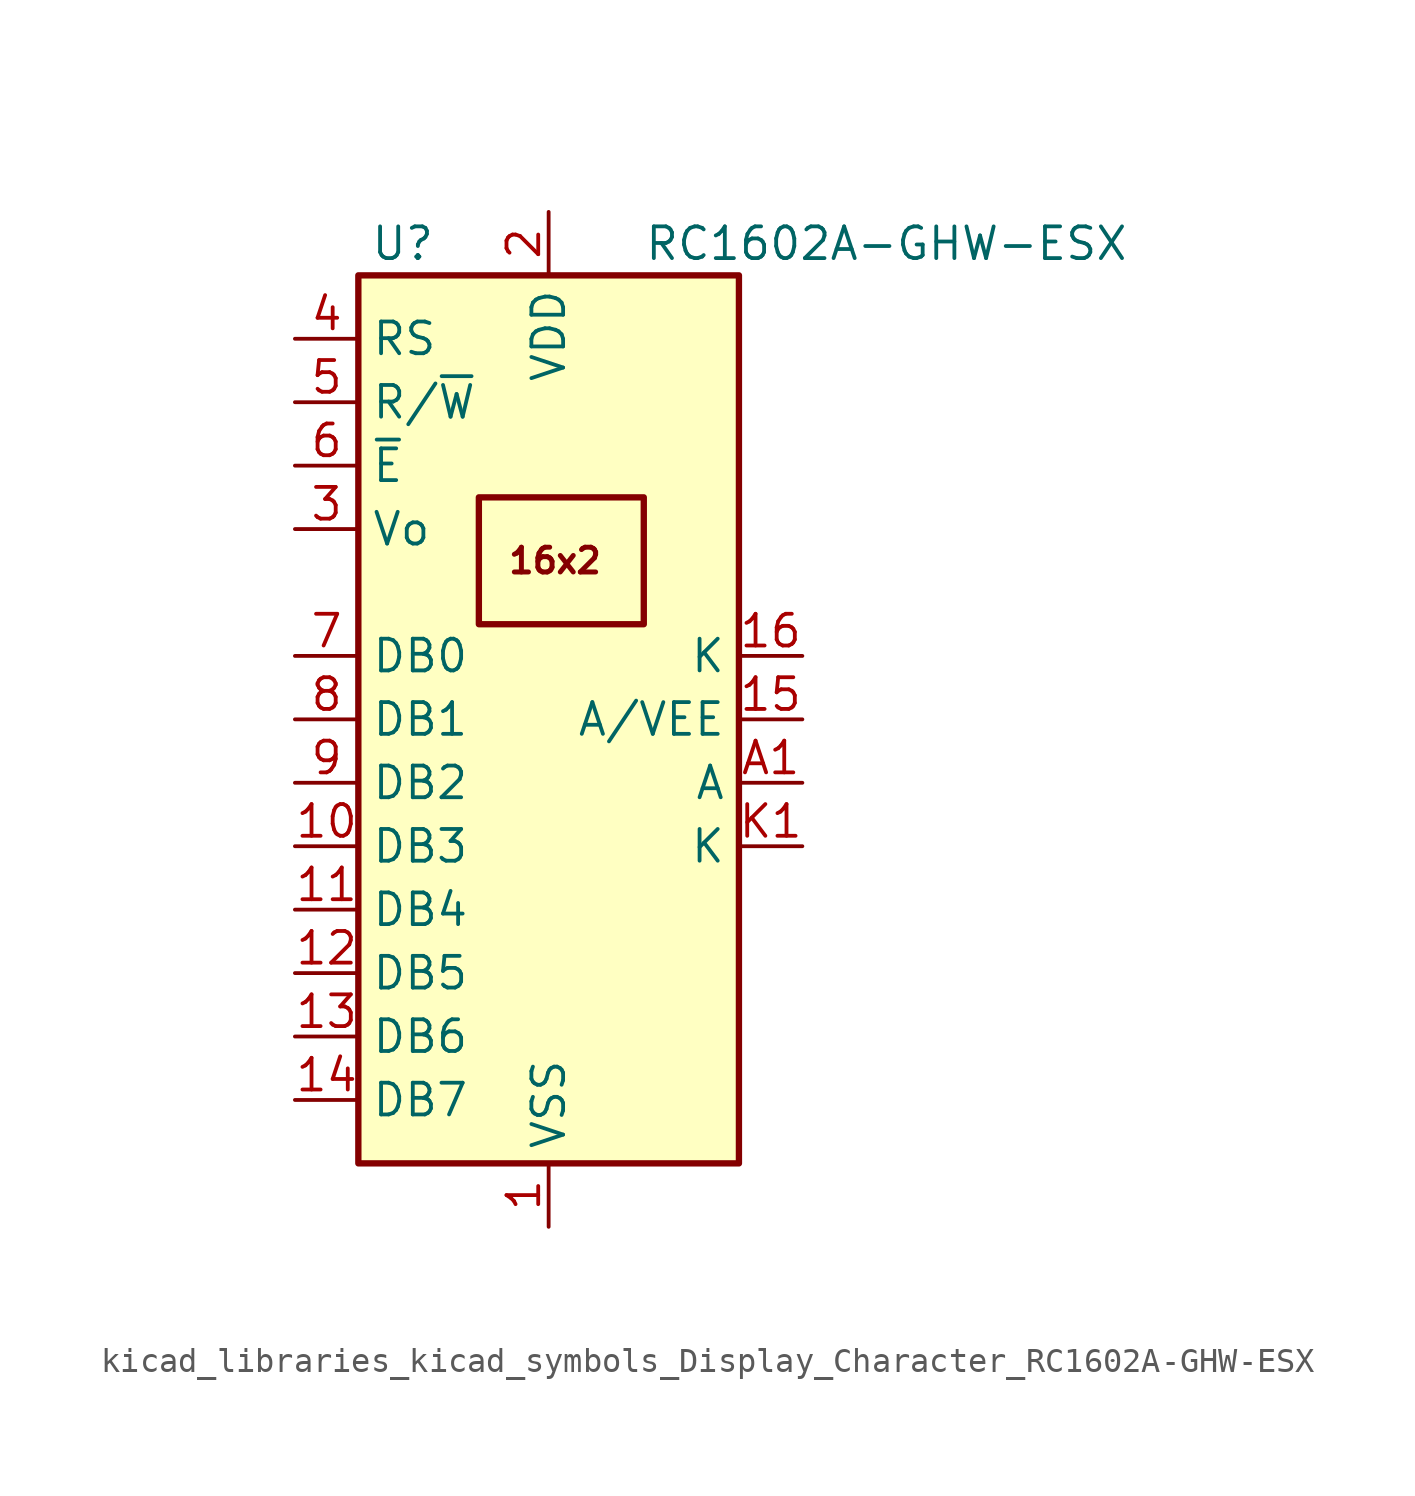
<source format=kicad_sym>
(kicad_symbol_lib
  (version 20220914)
  (generator kicad_symbol_editor)
  (symbol "kicad_libraries_kicad_symbols_Display_Character_RC1602A-GHW-ESX"
    (property "Reference" "U"
      (at -5.842 19.05 0)
      (effects (font (size 1.27 1.27))))
    (property "Value" "RC1602A-GHW-ESX"
      (at 3.81 19.05 0)
      (effects (font (size 1.27 1.27)) (justify left)))
    (symbol "kicad_libraries_kicad_symbols_Display_Character_RC1602A-GHW-ESX_0_0"
      (rectangle (start -2.794 8.89) (end 3.81 3.81) (stroke (width 0.254) (type default)) (fill (type background)))
      (text "16x2" (at 0.254 6.35 0) (effects (font (size 0.991 0.991) bold))))
    (symbol "kicad_libraries_kicad_symbols_Display_Character_RC1602A-GHW-ESX_0_1"
      (rectangle (start -7.62 17.78) (end 7.62 -17.78) (stroke (width 0.254) (type default)) (fill (type background))))
    (symbol "kicad_libraries_kicad_symbols_Display_Character_RC1602A-GHW-ESX_1_1"
      (pin power_in line (at 0 -20.32 90) (length 2.54) (name "VSS" (effects (font (size 1.27 1.27)))) (number "1" (effects (font (size 1.27 1.27)))))
      (pin bidirectional line (at -10.16 -5.08 0) (length 2.54) (name "DB3" (effects (font (size 1.27 1.27)))) (number "10" (effects (font (size 1.27 1.27)))))
      (pin bidirectional line (at -10.16 -7.62 0) (length 2.54) (name "DB4" (effects (font (size 1.27 1.27)))) (number "11" (effects (font (size 1.27 1.27)))))
      (pin bidirectional line (at -10.16 -10.16 0) (length 2.54) (name "DB5" (effects (font (size 1.27 1.27)))) (number "12" (effects (font (size 1.27 1.27)))))
      (pin bidirectional line (at -10.16 -12.7 0) (length 2.54) (name "DB6" (effects (font (size 1.27 1.27)))) (number "13" (effects (font (size 1.27 1.27)))))
      (pin bidirectional line (at -10.16 -15.24 0) (length 2.54) (name "DB7" (effects (font (size 1.27 1.27)))) (number "14" (effects (font (size 1.27 1.27)))))
      (pin passive line (at 10.16 0 180) (length 2.54) (name "A/VEE" (effects (font (size 1.27 1.27)))) (number "15" (effects (font (size 1.27 1.27)))))
      (pin passive line (at 10.16 2.54 180) (length 2.54) (name "K" (effects (font (size 1.27 1.27)))) (number "16" (effects (font (size 1.27 1.27)))))
      (pin power_in line (at 0 20.32 270) (length 2.54) (name "VDD" (effects (font (size 1.27 1.27)))) (number "2" (effects (font (size 1.27 1.27)))))
      (pin input line (at -10.16 7.62 0) (length 2.54) (name "Vo" (effects (font (size 1.27 1.27)))) (number "3" (effects (font (size 1.27 1.27)))))
      (pin input line (at -10.16 15.24 0) (length 2.54) (name "RS" (effects (font (size 1.27 1.27)))) (number "4" (effects (font (size 1.27 1.27)))))
      (pin input line (at -10.16 12.7 0) (length 2.54) (name "R/~{W}" (effects (font (size 1.27 1.27)))) (number "5" (effects (font (size 1.27 1.27)))))
      (pin input line (at -10.16 10.16 0) (length 2.54) (name "~{E}" (effects (font (size 1.27 1.27)))) (number "6" (effects (font (size 1.27 1.27)))))
      (pin bidirectional line (at -10.16 2.54 0) (length 2.54) (name "DB0" (effects (font (size 1.27 1.27)))) (number "7" (effects (font (size 1.27 1.27)))))
      (pin bidirectional line (at -10.16 0 0) (length 2.54) (name "DB1" (effects (font (size 1.27 1.27)))) (number "8" (effects (font (size 1.27 1.27)))))
      (pin bidirectional line (at -10.16 -2.54 0) (length 2.54) (name "DB2" (effects (font (size 1.27 1.27)))) (number "9" (effects (font (size 1.27 1.27)))))
      (pin passive line (at 10.16 -2.54 180) (length 2.54) (name "A" (effects (font (size 1.27 1.27)))) (number "A1" (effects (font (size 1.27 1.27)))))
      (pin passive line (at 10.16 -5.08 180) (length 2.54) (name "K" (effects (font (size 1.27 1.27)))) (number "K1" (effects (font (size 1.27 1.27))))))))
</source>
